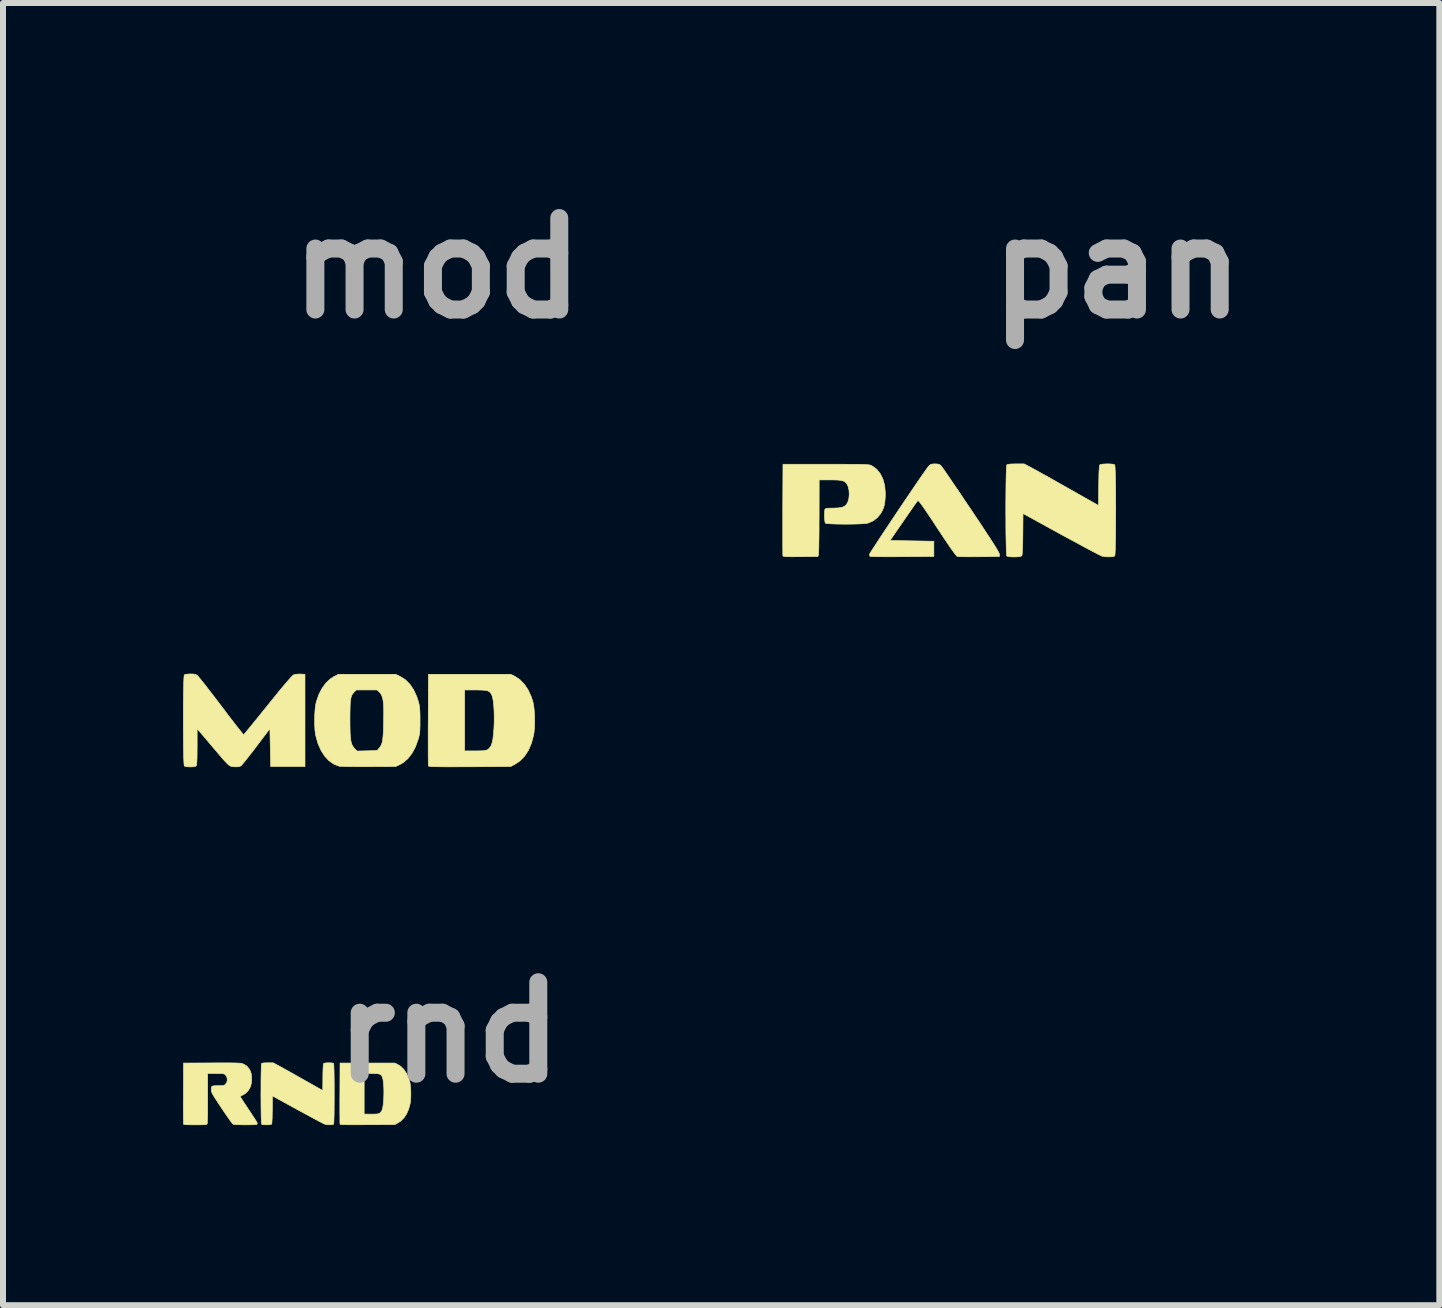
<source format=kicad_pcb>
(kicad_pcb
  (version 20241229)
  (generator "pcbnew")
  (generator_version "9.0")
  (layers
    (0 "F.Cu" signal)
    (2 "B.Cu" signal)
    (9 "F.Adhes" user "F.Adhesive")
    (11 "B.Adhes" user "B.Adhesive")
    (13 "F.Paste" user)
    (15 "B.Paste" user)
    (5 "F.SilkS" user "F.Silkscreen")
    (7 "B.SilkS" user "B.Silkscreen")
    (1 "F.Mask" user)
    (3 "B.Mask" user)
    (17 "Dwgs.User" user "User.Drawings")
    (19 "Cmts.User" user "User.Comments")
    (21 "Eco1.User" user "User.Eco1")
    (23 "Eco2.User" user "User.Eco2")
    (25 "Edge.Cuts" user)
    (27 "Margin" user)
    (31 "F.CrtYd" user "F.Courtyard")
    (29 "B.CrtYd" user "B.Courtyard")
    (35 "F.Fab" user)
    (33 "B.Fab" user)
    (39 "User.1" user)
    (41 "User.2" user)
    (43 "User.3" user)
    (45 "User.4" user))
  (footprint "mod"
    (layer "F.Cu")
    (at 6.737 7.418)
    (property "Reference" "mod" (at -2.5 -6 0) (layer "F.Fab") (effects (font (size 1.524 1.524) (thickness 0.3))))
    (attr through_hole)
    (fp_poly (pts (xy -1.205 0.803) (xy -1.124 0.857) (xy -1.051 0.932) (xy -0.987 1.027) (xy -0.936 1.138) (xy -0.907 1.226) (xy -0.894 1.289) (xy -0.885 1.371) (xy -0.88 1.463) (xy -0.878 1.559) (xy -0.881 1.652) (xy -0.888 1.734) (xy -0.895 1.78) (xy -0.932 1.918) (xy -0.983 2.037) (xy -1.049 2.136) (xy -1.127 2.215) (xy -1.194 2.26) (xy -1.276 2.305) (xy -1.959 2.309) (xy -2.113 2.309) (xy -2.244 2.31) (xy -2.353 2.31) (xy -2.441 2.309) (xy -2.511 2.308) (xy -2.565 2.307) (xy -2.604 2.305) (xy -2.629 2.302) (xy -2.644 2.299) (xy -2.648 2.296) (xy -2.649 2.281) (xy -2.65 2.242) (xy -2.651 2.183) (xy -2.652 2.105) (xy -2.652 2.045) (xy -2.045 2.045) (xy -1.873 2.045) (xy -1.792 2.044) (xy -1.734 2.041) (xy -1.693 2.035) (xy -1.667 2.027) (xy -1.664 2.026) (xy -1.635 2.002) (xy -1.607 1.963) (xy -1.6 1.949) (xy -1.585 1.903) (xy -1.572 1.837) (xy -1.563 1.756) (xy -1.556 1.665) (xy -1.552 1.567) (xy -1.552 1.468) (xy -1.554 1.372) (xy -1.56 1.282) (xy -1.569 1.205) (xy -1.581 1.144) (xy -1.596 1.103) (xy -1.596 1.103) (xy -1.614 1.076) (xy -1.634 1.057) (xy -1.662 1.043) (xy -1.7 1.035) (xy -1.754 1.031) (xy -1.827 1.029) (xy -1.864 1.029) (xy -2.045 1.029) (xy -2.045 2.045) (xy -2.652 2.045) (xy -2.652 2.011) (xy -2.652 1.902) (xy -2.652 1.782) (xy -2.652 1.653) (xy -2.651 1.524) (xy -2.648 0.768) (xy -1.276 0.768) (xy -1.205 0.803)) (stroke (width 0.01) (type solid)) (fill yes) (layer "F.SilkS"))
    (fp_poly (pts (xy -3.118 0.804) (xy -3.033 0.857) (xy -2.958 0.933) (xy -2.893 1.029) (xy -2.841 1.143) (xy -2.811 1.238) (xy -2.801 1.282) (xy -2.795 1.331) (xy -2.79 1.39) (xy -2.788 1.465) (xy -2.788 1.537) (xy -2.788 1.62) (xy -2.79 1.683) (xy -2.793 1.733) (xy -2.799 1.775) (xy -2.808 1.815) (xy -2.817 1.847) (xy -2.863 1.975) (xy -2.921 2.084) (xy -2.991 2.174) (xy -3.07 2.241) (xy -3.124 2.272) (xy -3.194 2.305) (xy -3.645 2.307) (xy -3.751 2.307) (xy -3.851 2.307) (xy -3.941 2.306) (xy -4.017 2.305) (xy -4.078 2.303) (xy -4.119 2.301) (xy -4.136 2.3) (xy -4.224 2.265) (xy -4.306 2.208) (xy -4.378 2.13) (xy -4.439 2.034) (xy -4.489 1.921) (xy -4.525 1.793) (xy -4.528 1.78) (xy -4.538 1.71) (xy -4.543 1.624) (xy -4.545 1.53) (xy -4.544 1.511) (xy -3.956 1.511) (xy -3.955 1.63) (xy -3.953 1.726) (xy -3.949 1.802) (xy -3.942 1.863) (xy -3.933 1.91) (xy -3.919 1.947) (xy -3.902 1.976) (xy -3.881 2.002) (xy -3.879 2.004) (xy -3.836 2.047) (xy -3.669 2.043) (xy -3.502 2.038) (xy -3.467 1.996) (xy -3.447 1.969) (xy -3.431 1.94) (xy -3.419 1.904) (xy -3.411 1.858) (xy -3.404 1.799) (xy -3.399 1.724) (xy -3.396 1.628) (xy -3.395 1.573) (xy -3.393 1.45) (xy -3.393 1.349) (xy -3.397 1.269) (xy -3.403 1.205) (xy -3.414 1.155) (xy -3.429 1.116) (xy -3.448 1.085) (xy -3.461 1.07) (xy -3.503 1.029) (xy -3.85 1.029) (xy -3.886 1.065) (xy -3.907 1.088) (xy -3.923 1.114) (xy -3.935 1.146) (xy -3.944 1.187) (xy -3.95 1.241) (xy -3.953 1.31) (xy -3.955 1.399) (xy -3.956 1.509) (xy -3.956 1.511) (xy -4.544 1.511) (xy -4.542 1.434) (xy -4.536 1.344) (xy -4.525 1.267) (xy -4.516 1.226) (xy -4.474 1.104) (xy -4.418 0.997) (xy -4.352 0.908) (xy -4.276 0.839) (xy -4.218 0.803) (xy -4.147 0.768) (xy -3.194 0.768) (xy -3.118 0.804)) (stroke (width 0.01) (type solid)) (fill yes) (layer "F.SilkS"))
    (fp_poly (pts (xy -6.564 0.764) (xy -6.528 0.771) (xy -6.501 0.786) (xy -6.497 0.789) (xy -6.483 0.804) (xy -6.455 0.838) (xy -6.415 0.888) (xy -6.364 0.951) (xy -6.306 1.027) (xy -6.24 1.112) (xy -6.169 1.205) (xy -6.099 1.297) (xy -6.026 1.394) (xy -5.958 1.484) (xy -5.895 1.565) (xy -5.84 1.636) (xy -5.794 1.694) (xy -5.759 1.738) (xy -5.736 1.766) (xy -5.727 1.775) (xy -5.727 1.775) (xy -5.717 1.765) (xy -5.694 1.737) (xy -5.657 1.692) (xy -5.609 1.634) (xy -5.552 1.563) (xy -5.486 1.483) (xy -5.414 1.393) (xy -5.337 1.298) (xy -5.324 1.282) (xy -5.219 1.152) (xy -5.13 1.042) (xy -5.055 0.952) (xy -4.994 0.881) (xy -4.948 0.828) (xy -4.915 0.794) (xy -4.895 0.777) (xy -4.893 0.776) (xy -4.859 0.768) (xy -4.813 0.764) (xy -4.78 0.764) (xy -4.705 0.768) (xy -4.705 2.305) (xy -5.277 2.305) (xy -5.283 1.99) (xy -5.29 1.674) (xy -5.518 1.975) (xy -5.576 2.052) (xy -5.632 2.123) (xy -5.681 2.186) (xy -5.722 2.237) (xy -5.753 2.273) (xy -5.772 2.293) (xy -5.775 2.295) (xy -5.805 2.307) (xy -5.851 2.31) (xy -5.882 2.309) (xy -5.904 2.307) (xy -5.923 2.305) (xy -5.94 2.301) (xy -5.958 2.292) (xy -5.978 2.278) (xy -6.002 2.255) (xy -6.033 2.223) (xy -6.072 2.18) (xy -6.121 2.123) (xy -6.182 2.051) (xy -6.258 1.962) (xy -6.283 1.932) (xy -6.502 1.674) (xy -6.502 1.977) (xy -6.503 2.083) (xy -6.504 2.166) (xy -6.507 2.227) (xy -6.51 2.268) (xy -6.515 2.29) (xy -6.518 2.296) (xy -6.538 2.304) (xy -6.577 2.31) (xy -6.617 2.311) (xy -6.665 2.309) (xy -6.701 2.303) (xy -6.716 2.296) (xy -6.719 2.28) (xy -6.722 2.242) (xy -6.725 2.184) (xy -6.727 2.108) (xy -6.729 2.018) (xy -6.73 1.916) (xy -6.731 1.806) (xy -6.732 1.689) (xy -6.732 1.569) (xy -6.732 1.448) (xy -6.732 1.329) (xy -6.731 1.214) (xy -6.73 1.108) (xy -6.728 1.011) (xy -6.726 0.928) (xy -6.724 0.86) (xy -6.721 0.811) (xy -6.718 0.783) (xy -6.716 0.777) (xy -6.695 0.769) (xy -6.656 0.764) (xy -6.616 0.762) (xy -6.564 0.764)) (stroke (width 0.01) (type solid)) (fill yes) (layer "F.SilkS")))
  (footprint "pan"
    (layer "F.Cu")
    (at 16.569 3.918)
    (property "Reference" "pan" (at -1 -2.5 0) (layer "F.Fab") (effects (font (size 1.524 1.524) (thickness 0.3))))
    (attr through_hole)
    (fp_poly (pts (xy -3.995 0.764) (xy -3.966 0.771) (xy -3.943 0.788) (xy -3.935 0.797) (xy -3.922 0.813) (xy -3.897 0.849) (xy -3.86 0.902) (xy -3.813 0.971) (xy -3.757 1.053) (xy -3.693 1.147) (xy -3.622 1.251) (xy -3.547 1.364) (xy -3.467 1.482) (xy -3.434 1.53) (xy -3.335 1.679) (xy -3.249 1.808) (xy -3.177 1.918) (xy -3.116 2.011) (xy -3.067 2.087) (xy -3.028 2.149) (xy -3 2.196) (xy -2.98 2.231) (xy -2.969 2.254) (xy -2.966 2.267) (xy -2.965 2.305) (xy -3.302 2.309) (xy -3.393 2.309) (xy -3.477 2.31) (xy -3.55 2.309) (xy -3.608 2.308) (xy -3.648 2.307) (xy -3.666 2.306) (xy -3.679 2.295) (xy -3.703 2.266) (xy -3.738 2.219) (xy -3.785 2.153) (xy -3.843 2.068) (xy -3.914 1.962) (xy -3.998 1.835) (xy -4.002 1.829) (xy -4.078 1.713) (xy -4.142 1.617) (xy -4.195 1.539) (xy -4.236 1.479) (xy -4.269 1.433) (xy -4.293 1.402) (xy -4.31 1.383) (xy -4.321 1.374) (xy -4.327 1.375) (xy -4.337 1.389) (xy -4.361 1.421) (xy -4.395 1.469) (xy -4.437 1.53) (xy -4.487 1.601) (xy -4.541 1.68) (xy -4.565 1.714) (xy -4.788 2.038) (xy -4.058 2.051) (xy -4.058 2.305) (xy -4.586 2.308) (xy -4.699 2.309) (xy -4.805 2.309) (xy -4.899 2.309) (xy -4.981 2.308) (xy -5.046 2.307) (xy -5.093 2.306) (xy -5.118 2.304) (xy -5.122 2.303) (xy -5.129 2.284) (xy -5.131 2.27) (xy -5.124 2.256) (xy -5.104 2.223) (xy -5.073 2.174) (xy -5.031 2.11) (xy -4.981 2.033) (xy -4.924 1.946) (xy -4.86 1.85) (xy -4.792 1.748) (xy -4.721 1.642) (xy -4.649 1.533) (xy -4.576 1.425) (xy -4.504 1.319) (xy -4.435 1.217) (xy -4.37 1.121) (xy -4.31 1.033) (xy -4.257 0.956) (xy -4.212 0.892) (xy -4.177 0.842) (xy -4.152 0.809) (xy -4.142 0.797) (xy -4.119 0.776) (xy -4.094 0.766) (xy -4.057 0.762) (xy -4.039 0.762) (xy -3.995 0.764)) (stroke (width 0.01) (type solid)) (fill yes) (layer "F.SilkS"))
    (fp_poly (pts (xy -1.138 0.762) (xy -1.092 0.765) (xy -1.057 0.771) (xy -1.044 0.777) (xy -1.041 0.793) (xy -1.038 0.832) (xy -1.035 0.89) (xy -1.033 0.965) (xy -1.031 1.055) (xy -1.029 1.157) (xy -1.028 1.268) (xy -1.028 1.385) (xy -1.027 1.505) (xy -1.028 1.626) (xy -1.028 1.745) (xy -1.029 1.859) (xy -1.03 1.966) (xy -1.032 2.062) (xy -1.034 2.146) (xy -1.036 2.213) (xy -1.039 2.263) (xy -1.042 2.291) (xy -1.044 2.296) (xy -1.066 2.305) (xy -1.105 2.31) (xy -1.154 2.311) (xy -1.204 2.308) (xy -1.249 2.301) (xy -1.257 2.299) (xy -1.276 2.29) (xy -1.316 2.271) (xy -1.373 2.241) (xy -1.446 2.203) (xy -1.532 2.157) (xy -1.63 2.104) (xy -1.738 2.046) (xy -1.852 1.984) (xy -1.937 1.938) (xy -2.572 1.589) (xy -2.575 1.933) (xy -2.577 2.055) (xy -2.579 2.152) (xy -2.583 2.224) (xy -2.587 2.271) (xy -2.592 2.294) (xy -2.593 2.294) (xy -2.612 2.303) (xy -2.65 2.309) (xy -2.697 2.312) (xy -2.748 2.312) (xy -2.795 2.309) (xy -2.829 2.303) (xy -2.842 2.296) (xy -2.846 2.28) (xy -2.849 2.242) (xy -2.851 2.184) (xy -2.853 2.108) (xy -2.855 2.018) (xy -2.857 1.916) (xy -2.858 1.806) (xy -2.858 1.689) (xy -2.859 1.569) (xy -2.859 1.448) (xy -2.858 1.329) (xy -2.857 1.214) (xy -2.856 1.108) (xy -2.854 1.011) (xy -2.852 0.928) (xy -2.85 0.86) (xy -2.847 0.811) (xy -2.844 0.783) (xy -2.842 0.777) (xy -2.82 0.769) (xy -2.774 0.764) (xy -2.705 0.762) (xy -2.69 0.762) (xy -2.553 0.762) (xy -2.435 0.824) (xy -2.399 0.844) (xy -2.344 0.874) (xy -2.273 0.914) (xy -2.188 0.961) (xy -2.093 1.014) (xy -1.991 1.072) (xy -1.884 1.132) (xy -1.816 1.171) (xy -1.314 1.455) (xy -1.311 1.125) (xy -1.309 1.008) (xy -1.307 0.914) (xy -1.303 0.844) (xy -1.299 0.799) (xy -1.294 0.779) (xy -1.294 0.779) (xy -1.274 0.77) (xy -1.237 0.765) (xy -1.189 0.762) (xy -1.138 0.762)) (stroke (width 0.01) (type solid)) (fill yes) (layer "F.SilkS"))
    (fp_poly (pts (xy -5.702 0.768) (xy -5.572 0.768) (xy -5.463 0.769) (xy -5.374 0.769) (xy -5.302 0.77) (xy -5.244 0.771) (xy -5.2 0.773) (xy -5.166 0.775) (xy -5.141 0.778) (xy -5.122 0.781) (xy -5.108 0.785) (xy -5.097 0.79) (xy -5.086 0.796) (xy -5.011 0.851) (xy -4.951 0.925) (xy -4.906 1.016) (xy -4.877 1.123) (xy -4.867 1.244) (xy -4.868 1.314) (xy -4.874 1.391) (xy -4.884 1.451) (xy -4.899 1.501) (xy -4.922 1.55) (xy -4.943 1.587) (xy -4.999 1.657) (xy -5.071 1.712) (xy -5.151 1.747) (xy -5.169 1.752) (xy -5.204 1.756) (xy -5.256 1.76) (xy -5.322 1.763) (xy -5.398 1.765) (xy -5.48 1.766) (xy -5.563 1.766) (xy -5.644 1.765) (xy -5.718 1.763) (xy -5.781 1.76) (xy -5.829 1.757) (xy -5.858 1.753) (xy -5.865 1.75) (xy -5.872 1.731) (xy -5.877 1.694) (xy -5.88 1.647) (xy -5.88 1.598) (xy -5.878 1.554) (xy -5.874 1.523) (xy -5.872 1.519) (xy -5.864 1.509) (xy -5.846 1.503) (xy -5.814 1.5) (xy -5.762 1.499) (xy -5.736 1.499) (xy -5.655 1.496) (xy -5.595 1.487) (xy -5.551 1.471) (xy -5.519 1.444) (xy -5.495 1.406) (xy -5.493 1.403) (xy -5.475 1.346) (xy -5.468 1.277) (xy -5.471 1.206) (xy -5.485 1.143) (xy -5.492 1.126) (xy -5.511 1.091) (xy -5.533 1.066) (xy -5.562 1.049) (xy -5.602 1.038) (xy -5.657 1.031) (xy -5.732 1.029) (xy -5.782 1.029) (xy -5.969 1.029) (xy -5.97 1.635) (xy -5.971 1.758) (xy -5.971 1.874) (xy -5.972 1.98) (xy -5.974 2.074) (xy -5.975 2.152) (xy -5.977 2.214) (xy -5.979 2.255) (xy -5.98 2.273) (xy -5.989 2.305) (xy -6.278 2.308) (xy -6.376 2.309) (xy -6.45 2.309) (xy -6.505 2.308) (xy -6.542 2.305) (xy -6.563 2.302) (xy -6.572 2.296) (xy -6.573 2.296) (xy -6.574 2.28) (xy -6.575 2.242) (xy -6.575 2.183) (xy -6.576 2.105) (xy -6.576 2.011) (xy -6.576 1.902) (xy -6.576 1.782) (xy -6.576 1.653) (xy -6.576 1.524) (xy -6.572 0.768) (xy -5.855 0.768) (xy -5.702 0.768)) (stroke (width 0.01) (type solid)) (fill yes) (layer "F.SilkS")))
  (footprint "rnd"
    (layer "F.Cu")
    (at 4.432 14.152)
    (property "Reference" "rnd" (at 0 0 0) (layer "F.Fab") (effects (font (size 1.524 1.524) (thickness 0.3))))
    (attr through_hole)
    (fp_poly (pts (xy -0.854 0.536) (xy -0.8 0.571) (xy -0.751 0.621) (xy -0.709 0.684) (xy -0.674 0.759) (xy -0.655 0.817) (xy -0.647 0.859) (xy -0.641 0.914) (xy -0.637 0.975) (xy -0.636 1.04) (xy -0.638 1.101) (xy -0.643 1.156) (xy -0.647 1.187) (xy -0.672 1.278) (xy -0.706 1.358) (xy -0.75 1.424) (xy -0.802 1.477) (xy -0.847 1.506) (xy -0.902 1.537) (xy -1.357 1.539) (xy -1.46 1.54) (xy -1.547 1.54) (xy -1.619 1.54) (xy -1.678 1.54) (xy -1.725 1.539) (xy -1.761 1.538) (xy -1.787 1.537) (xy -1.804 1.535) (xy -1.813 1.533) (xy -1.816 1.531) (xy -1.817 1.52) (xy -1.818 1.495) (xy -1.818 1.455) (xy -1.818 1.403) (xy -1.819 1.363) (xy -1.414 1.363) (xy -1.299 1.363) (xy -1.246 1.363) (xy -1.207 1.361) (xy -1.18 1.357) (xy -1.162 1.351) (xy -1.16 1.351) (xy -1.141 1.334) (xy -1.122 1.309) (xy -1.117 1.299) (xy -1.107 1.269) (xy -1.099 1.225) (xy -1.092 1.171) (xy -1.088 1.11) (xy -1.086 1.045) (xy -1.085 0.979) (xy -1.087 0.914) (xy -1.091 0.855) (xy -1.097 0.803) (xy -1.105 0.763) (xy -1.115 0.736) (xy -1.115 0.735) (xy -1.127 0.717) (xy -1.14 0.704) (xy -1.159 0.696) (xy -1.184 0.69) (xy -1.22 0.687) (xy -1.269 0.686) (xy -1.293 0.686) (xy -1.414 0.686) (xy -1.414 1.363) (xy -1.819 1.363) (xy -1.819 1.34) (xy -1.819 1.268) (xy -1.819 1.188) (xy -1.819 1.102) (xy -1.818 1.016) (xy -1.816 0.512) (xy -0.902 0.512) (xy -0.854 0.536)) (stroke (width 0.01) (type solid)) (fill yes) (layer "F.SilkS"))
    (fp_poly (pts (xy -1.986 0.508) (xy -1.955 0.51) (xy -1.933 0.514) (xy -1.924 0.518) (xy -1.921 0.529) (xy -1.919 0.554) (xy -1.918 0.593) (xy -1.916 0.644) (xy -1.915 0.704) (xy -1.914 0.771) (xy -1.913 0.845) (xy -1.913 0.923) (xy -1.913 1.003) (xy -1.913 1.084) (xy -1.913 1.163) (xy -1.914 1.239) (xy -1.914 1.31) (xy -1.915 1.375) (xy -1.917 1.43) (xy -1.918 1.476) (xy -1.92 1.508) (xy -1.922 1.527) (xy -1.924 1.531) (xy -1.938 1.537) (xy -1.964 1.54) (xy -1.997 1.541) (xy -2.03 1.539) (xy -2.06 1.534) (xy -2.066 1.532) (xy -2.079 1.527) (xy -2.105 1.514) (xy -2.143 1.494) (xy -2.192 1.469) (xy -2.249 1.438) (xy -2.315 1.403) (xy -2.386 1.364) (xy -2.462 1.323) (xy -2.519 1.292) (xy -2.942 1.06) (xy -2.944 1.289) (xy -2.946 1.37) (xy -2.947 1.435) (xy -2.95 1.483) (xy -2.952 1.514) (xy -2.956 1.529) (xy -2.956 1.53) (xy -2.969 1.535) (xy -2.994 1.539) (xy -3.026 1.541) (xy -3.06 1.541) (xy -3.091 1.539) (xy -3.114 1.535) (xy -3.123 1.531) (xy -3.125 1.52) (xy -3.127 1.495) (xy -3.128 1.456) (xy -3.13 1.405) (xy -3.131 1.345) (xy -3.132 1.278) (xy -3.133 1.204) (xy -3.133 1.126) (xy -3.134 1.046) (xy -3.133 0.965) (xy -3.133 0.886) (xy -3.133 0.81) (xy -3.132 0.738) (xy -3.131 0.674) (xy -3.129 0.618) (xy -3.128 0.573) (xy -3.126 0.54) (xy -3.124 0.522) (xy -3.123 0.518) (xy -3.108 0.513) (xy -3.077 0.509) (xy -3.031 0.508) (xy -3.021 0.508) (xy -2.93 0.508) (xy -2.851 0.55) (xy -2.827 0.563) (xy -2.79 0.583) (xy -2.743 0.609) (xy -2.686 0.641) (xy -2.623 0.676) (xy -2.555 0.715) (xy -2.484 0.755) (xy -2.438 0.781) (xy -2.104 0.97) (xy -2.102 0.75) (xy -2.101 0.672) (xy -2.099 0.609) (xy -2.096 0.563) (xy -2.094 0.533) (xy -2.09 0.519) (xy -2.09 0.519) (xy -2.077 0.514) (xy -2.052 0.51) (xy -2.02 0.508) (xy -1.986 0.508)) (stroke (width 0.01) (type solid)) (fill yes) (layer "F.SilkS"))
    (fp_poly (pts (xy -3.666 0.509) (xy -3.598 0.51) (xy -3.543 0.511) (xy -3.502 0.513) (xy -3.473 0.515) (xy -3.455 0.517) (xy -3.41 0.535) (xy -3.367 0.566) (xy -3.331 0.608) (xy -3.31 0.646) (xy -3.296 0.69) (xy -3.289 0.745) (xy -3.289 0.803) (xy -3.296 0.86) (xy -3.31 0.909) (xy -3.31 0.909) (xy -3.338 0.961) (xy -3.377 1.006) (xy -3.424 1.039) (xy -3.44 1.046) (xy -3.463 1.057) (xy -3.477 1.066) (xy -3.48 1.069) (xy -3.475 1.077) (xy -3.462 1.098) (xy -3.443 1.129) (xy -3.417 1.169) (xy -3.386 1.215) (xy -3.353 1.266) (xy -3.346 1.276) (xy -3.303 1.34) (xy -3.27 1.391) (xy -3.243 1.431) (xy -3.224 1.461) (xy -3.21 1.483) (xy -3.202 1.499) (xy -3.197 1.51) (xy -3.195 1.518) (xy -3.196 1.523) (xy -3.197 1.528) (xy -3.201 1.532) (xy -3.209 1.535) (xy -3.224 1.538) (xy -3.248 1.539) (xy -3.282 1.54) (xy -3.33 1.541) (xy -3.387 1.541) (xy -3.443 1.541) (xy -3.493 1.54) (xy -3.537 1.538) (xy -3.57 1.536) (xy -3.59 1.534) (xy -3.593 1.533) (xy -3.603 1.525) (xy -3.62 1.506) (xy -3.643 1.476) (xy -3.673 1.434) (xy -3.711 1.379) (xy -3.758 1.31) (xy -3.786 1.268) (xy -3.831 1.201) (xy -3.867 1.145) (xy -3.896 1.101) (xy -3.918 1.066) (xy -3.934 1.039) (xy -3.946 1.018) (xy -3.953 1.001) (xy -3.958 0.987) (xy -3.96 0.975) (xy -3.961 0.969) (xy -3.962 0.937) (xy -3.96 0.915) (xy -3.95 0.901) (xy -3.931 0.893) (xy -3.9 0.89) (xy -3.855 0.889) (xy -3.849 0.889) (xy -3.806 0.889) (xy -3.776 0.887) (xy -3.756 0.884) (xy -3.742 0.879) (xy -3.731 0.872) (xy -3.708 0.844) (xy -3.696 0.808) (xy -3.696 0.77) (xy -3.707 0.734) (xy -3.729 0.705) (xy -3.731 0.703) (xy -3.741 0.697) (xy -3.752 0.692) (xy -3.769 0.689) (xy -3.792 0.687) (xy -3.827 0.686) (xy -3.875 0.686) (xy -3.887 0.686) (xy -4.022 0.686) (xy -4.022 1.097) (xy -4.022 1.204) (xy -4.022 1.296) (xy -4.023 1.374) (xy -4.025 1.435) (xy -4.026 1.481) (xy -4.028 1.511) (xy -4.03 1.524) (xy -4.03 1.525) (xy -4.034 1.53) (xy -4.04 1.534) (xy -4.051 1.537) (xy -4.069 1.539) (xy -4.095 1.54) (xy -4.133 1.541) (xy -4.184 1.541) (xy -4.23 1.541) (xy -4.295 1.541) (xy -4.345 1.54) (xy -4.382 1.539) (xy -4.406 1.536) (xy -4.42 1.534) (xy -4.424 1.53) (xy -4.425 1.52) (xy -4.425 1.495) (xy -4.426 1.455) (xy -4.426 1.403) (xy -4.426 1.34) (xy -4.427 1.268) (xy -4.427 1.188) (xy -4.426 1.102) (xy -4.426 1.016) (xy -4.424 0.512) (xy -3.962 0.51) (xy -3.848 0.509) (xy -3.749 0.509) (xy -3.666 0.509)) (stroke (width 0.01) (type solid)) (fill yes) (layer "F.SilkS")))
  (gr_rect
    (start -3 -3)
    (end 20.934 18.699)
    (stroke (width 0.1) (type default))
    (fill no)
    (layer "Edge.Cuts")))
</source>
